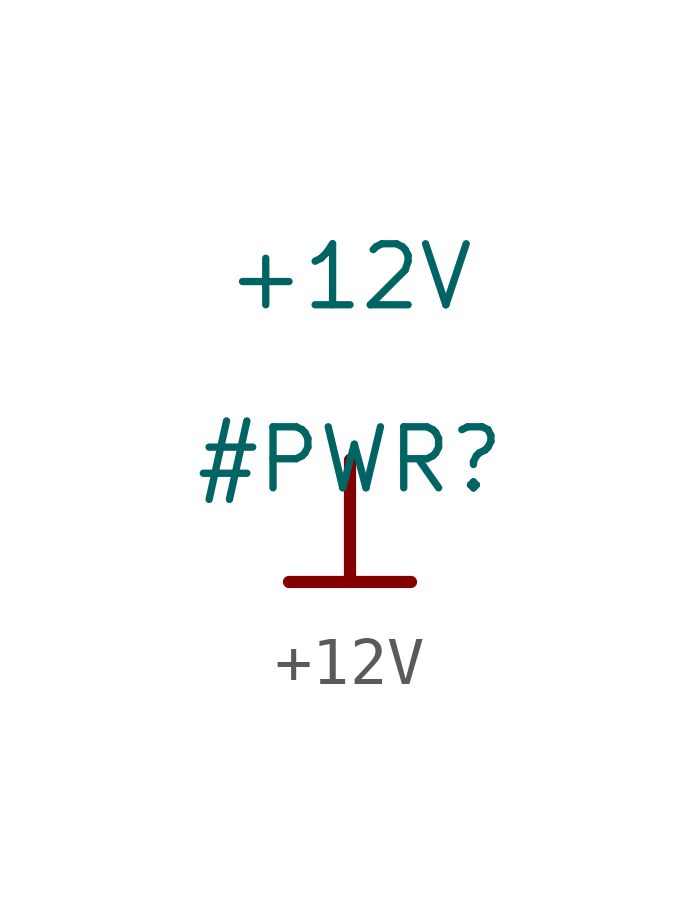
<source format=kicad_sym>
(kicad_symbol_lib
  (version 20211014)
  (generator kicad_symbol_editor)
  (symbol "+12V"
    (power)
    (property "Reference" "#PWR"
      (at 0 0 0)
      (effects (font (size 1.27 1.27))))
    (property "Value" "+12V"
      (at 0 3.81 0)
      (effects (font (size 1.27 1.27))))
    (symbol "+12V_0_0"
      (polyline (pts (xy -1.27 -2.54) (xy 1.27 -2.54)) (stroke (width 0.254) (type default) (color 0 0 0 0)) (fill (type none)))
      (polyline (pts (xy 0 0) (xy 0 -2.54)) (stroke (width 0.254) (type default) (color 0 0 0 0)) (fill (type none)))
      (pin power_in line (at 0 0 0) (length 0) hide (name "+12V" (effects (font (size 1.27 1.27)))) (number "" (effects (font (size 1.27 1.27))))))))
</source>
